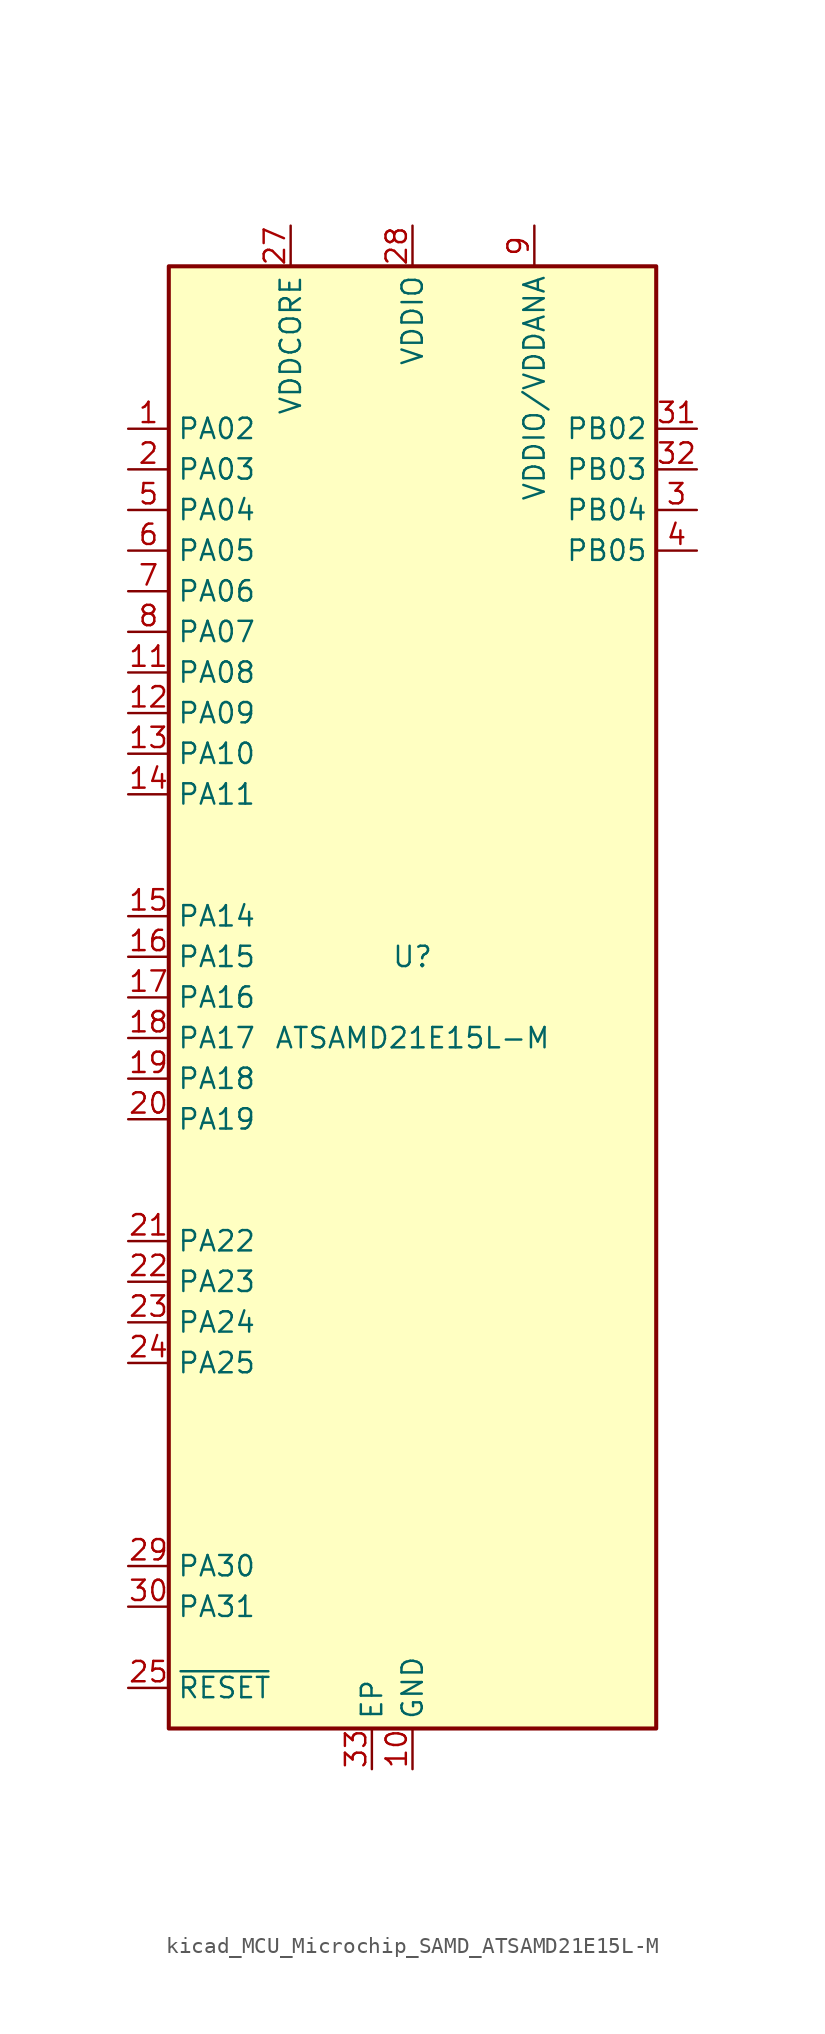
<source format=kicad_sym>
(kicad_symbol_lib
  (version 20220914)
  (generator kicad_symbol_editor)
  (symbol "kicad_MCU_Microchip_SAMD_ATSAMD21E15L-M"
    (property "Reference" "U"
      (at 0 2.54 0)
      (effects (font (size 1.27 1.27))))
    (property "Value" "ATSAMD21E15L-M"
      (at 0 -2.54 0)
      (effects (font (size 1.27 1.27))))
    (symbol "kicad_MCU_Microchip_SAMD_ATSAMD21E15L-M_1_1"
      (rectangle (start -15.24 45.72) (end 15.24 -45.72) (stroke (width 0.254) (type default)) (fill (type background)))
      (pin bidirectional line (at -17.78 35.56 0) (length 2.54) (name "PA02" (effects (font (size 1.27 1.27)))) (number "1" (effects (font (size 1.27 1.27)))))
      (pin power_in line (at 0 -48.26 90) (length 2.54) (name "GND" (effects (font (size 1.27 1.27)))) (number "10" (effects (font (size 1.27 1.27)))))
      (pin bidirectional line (at -17.78 20.32 0) (length 2.54) (name "PA08" (effects (font (size 1.27 1.27)))) (number "11" (effects (font (size 1.27 1.27)))))
      (pin bidirectional line (at -17.78 17.78 0) (length 2.54) (name "PA09" (effects (font (size 1.27 1.27)))) (number "12" (effects (font (size 1.27 1.27)))))
      (pin bidirectional line (at -17.78 15.24 0) (length 2.54) (name "PA10" (effects (font (size 1.27 1.27)))) (number "13" (effects (font (size 1.27 1.27)))))
      (pin bidirectional line (at -17.78 12.7 0) (length 2.54) (name "PA11" (effects (font (size 1.27 1.27)))) (number "14" (effects (font (size 1.27 1.27)))))
      (pin bidirectional line (at -17.78 5.08 0) (length 2.54) (name "PA14" (effects (font (size 1.27 1.27)))) (number "15" (effects (font (size 1.27 1.27)))))
      (pin bidirectional line (at -17.78 2.54 0) (length 2.54) (name "PA15" (effects (font (size 1.27 1.27)))) (number "16" (effects (font (size 1.27 1.27)))))
      (pin bidirectional line (at -17.78 0 0) (length 2.54) (name "PA16" (effects (font (size 1.27 1.27)))) (number "17" (effects (font (size 1.27 1.27)))))
      (pin bidirectional line (at -17.78 -2.54 0) (length 2.54) (name "PA17" (effects (font (size 1.27 1.27)))) (number "18" (effects (font (size 1.27 1.27)))))
      (pin bidirectional line (at -17.78 -5.08 0) (length 2.54) (name "PA18" (effects (font (size 1.27 1.27)))) (number "19" (effects (font (size 1.27 1.27)))))
      (pin bidirectional line (at -17.78 33.02 0) (length 2.54) (name "PA03" (effects (font (size 1.27 1.27)))) (number "2" (effects (font (size 1.27 1.27)))))
      (pin bidirectional line (at -17.78 -7.62 0) (length 2.54) (name "PA19" (effects (font (size 1.27 1.27)))) (number "20" (effects (font (size 1.27 1.27)))))
      (pin bidirectional line (at -17.78 -15.24 0) (length 2.54) (name "PA22" (effects (font (size 1.27 1.27)))) (number "21" (effects (font (size 1.27 1.27)))))
      (pin bidirectional line (at -17.78 -17.78 0) (length 2.54) (name "PA23" (effects (font (size 1.27 1.27)))) (number "22" (effects (font (size 1.27 1.27)))))
      (pin bidirectional line (at -17.78 -20.32 0) (length 2.54) (name "PA24" (effects (font (size 1.27 1.27)))) (number "23" (effects (font (size 1.27 1.27)))))
      (pin bidirectional line (at -17.78 -22.86 0) (length 2.54) (name "PA25" (effects (font (size 1.27 1.27)))) (number "24" (effects (font (size 1.27 1.27)))))
      (pin input line (at -17.78 -43.18 0) (length 2.54) (name "~{RESET}" (effects (font (size 1.27 1.27)))) (number "25" (effects (font (size 1.27 1.27)))))
      (pin passive line (at 0 -48.26 90) (length 2.54) hide (name "GND" (effects (font (size 1.27 1.27)))) (number "26" (effects (font (size 1.27 1.27)))))
      (pin power_out line (at -7.62 48.26 270) (length 2.54) (name "VDDCORE" (effects (font (size 1.27 1.27)))) (number "27" (effects (font (size 1.27 1.27)))))
      (pin power_in line (at 0 48.26 270) (length 2.54) (name "VDDIO" (effects (font (size 1.27 1.27)))) (number "28" (effects (font (size 1.27 1.27)))))
      (pin bidirectional line (at -17.78 -35.56 0) (length 2.54) (name "PA30" (effects (font (size 1.27 1.27)))) (number "29" (effects (font (size 1.27 1.27)))))
      (pin bidirectional line (at 17.78 30.48 180) (length 2.54) (name "PB04" (effects (font (size 1.27 1.27)))) (number "3" (effects (font (size 1.27 1.27)))))
      (pin bidirectional line (at -17.78 -38.1 0) (length 2.54) (name "PA31" (effects (font (size 1.27 1.27)))) (number "30" (effects (font (size 1.27 1.27)))))
      (pin bidirectional line (at 17.78 35.56 180) (length 2.54) (name "PB02" (effects (font (size 1.27 1.27)))) (number "31" (effects (font (size 1.27 1.27)))))
      (pin bidirectional line (at 17.78 33.02 180) (length 2.54) (name "PB03" (effects (font (size 1.27 1.27)))) (number "32" (effects (font (size 1.27 1.27)))))
      (pin passive line (at -2.54 -48.26 90) (length 2.54) (name "EP" (effects (font (size 1.27 1.27)))) (number "33" (effects (font (size 1.27 1.27)))))
      (pin bidirectional line (at 17.78 27.94 180) (length 2.54) (name "PB05" (effects (font (size 1.27 1.27)))) (number "4" (effects (font (size 1.27 1.27)))))
      (pin bidirectional line (at -17.78 30.48 0) (length 2.54) (name "PA04" (effects (font (size 1.27 1.27)))) (number "5" (effects (font (size 1.27 1.27)))))
      (pin bidirectional line (at -17.78 27.94 0) (length 2.54) (name "PA05" (effects (font (size 1.27 1.27)))) (number "6" (effects (font (size 1.27 1.27)))))
      (pin bidirectional line (at -17.78 25.4 0) (length 2.54) (name "PA06" (effects (font (size 1.27 1.27)))) (number "7" (effects (font (size 1.27 1.27)))))
      (pin bidirectional line (at -17.78 22.86 0) (length 2.54) (name "PA07" (effects (font (size 1.27 1.27)))) (number "8" (effects (font (size 1.27 1.27)))))
      (pin power_in line (at 7.62 48.26 270) (length 2.54) (name "VDDIO/VDDANA" (effects (font (size 1.27 1.27)))) (number "9" (effects (font (size 1.27 1.27))))))))
</source>
